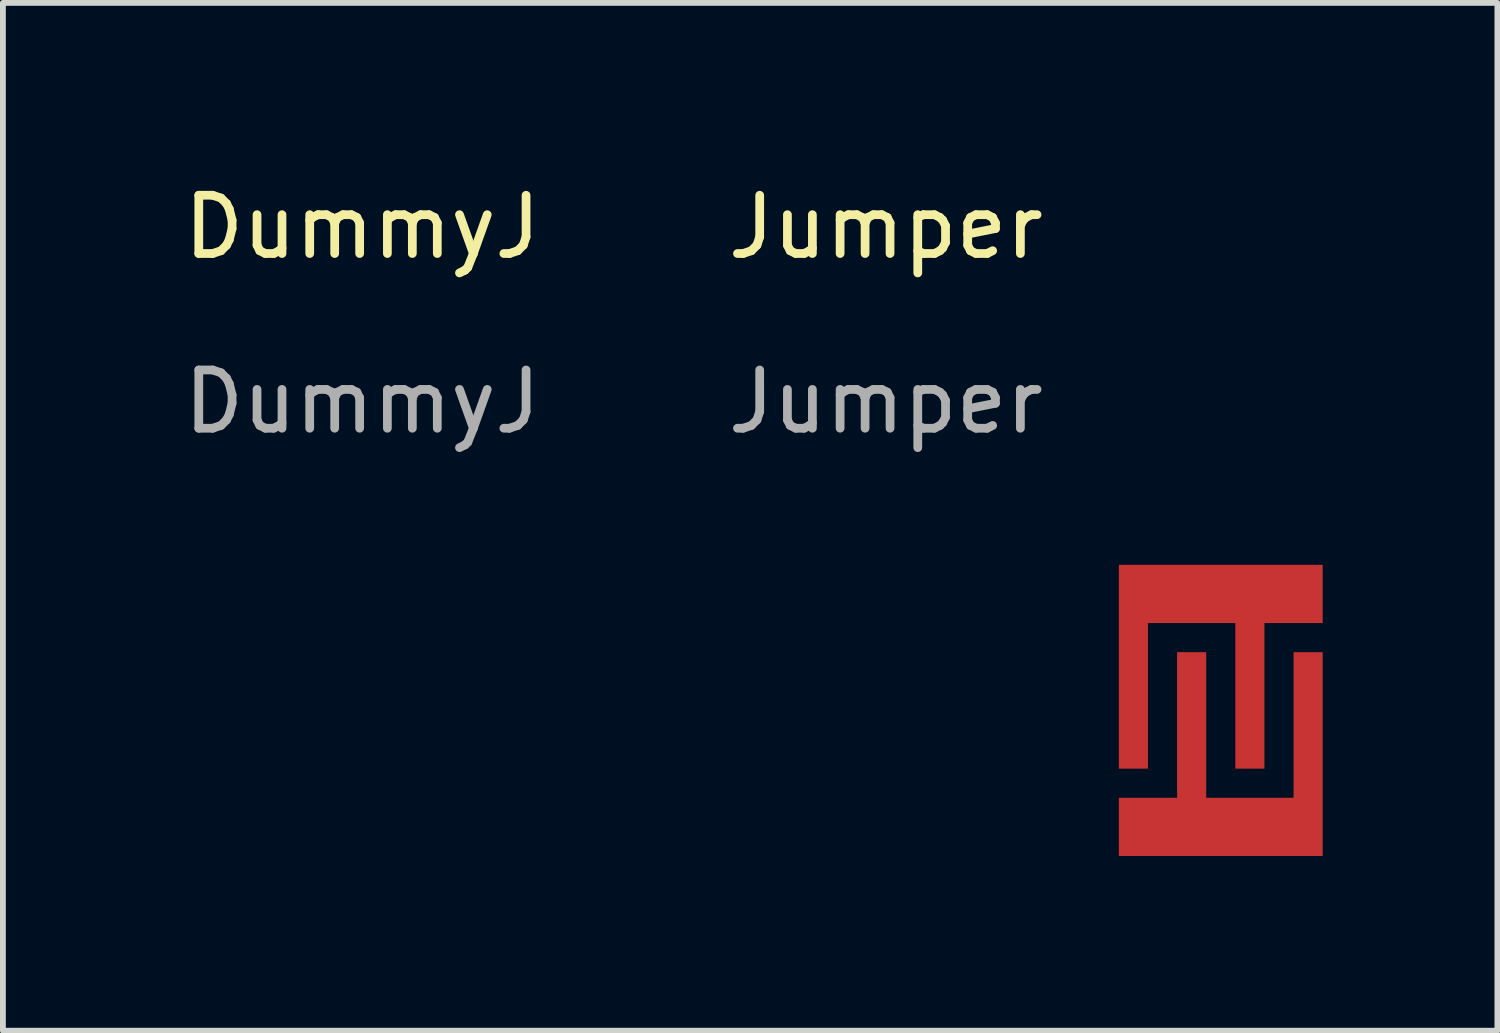
<source format=kicad_pcb>
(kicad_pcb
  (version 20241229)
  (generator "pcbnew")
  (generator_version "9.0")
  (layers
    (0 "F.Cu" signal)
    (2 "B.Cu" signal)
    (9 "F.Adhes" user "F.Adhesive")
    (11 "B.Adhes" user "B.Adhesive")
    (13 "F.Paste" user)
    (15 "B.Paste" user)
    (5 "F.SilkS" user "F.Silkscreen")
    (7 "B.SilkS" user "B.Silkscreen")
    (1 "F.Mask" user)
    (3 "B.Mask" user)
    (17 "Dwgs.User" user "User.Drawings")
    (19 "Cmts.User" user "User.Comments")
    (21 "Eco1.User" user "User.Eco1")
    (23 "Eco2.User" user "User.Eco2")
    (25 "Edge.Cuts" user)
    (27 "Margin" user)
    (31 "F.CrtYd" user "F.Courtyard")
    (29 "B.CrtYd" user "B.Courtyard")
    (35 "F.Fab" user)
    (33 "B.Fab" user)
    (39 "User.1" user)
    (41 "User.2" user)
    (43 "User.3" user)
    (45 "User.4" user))
  (footprint "DummyJ"
    (layer "F.Cu")
    (at 3.173 1.348)
    (property "Reference" "DummyJ" (at 0 -0.5 0) (unlocked yes) (layer "F.SilkS") (effects (font (size 1 1) (thickness 0.15))))
    (fp_text user "${REFERENCE}" (at 0 2.5 0) (unlocked yes) (layer "F.Fab") (effects (font (size 1 1) (thickness 0.15)))))
  (footprint "Jumper"
    (layer "F.Cu")
    (at 16.161 6.648)
    (property "Reference" "Jumper" (at -4 -5.8 0) (unlocked yes) (layer "F.SilkS") (effects (font (size 1 1) (thickness 0.15))))
    (fp_text user "${REFERENCE}" (at -4 -2.8 0) (unlocked yes) (layer "F.Fab") (effects (font (size 1 1) (thickness 0.15))))
    (pad "1" smd custom (at 1.5 0.5) (size 0.5 0.5) (layers "F.Cu" "F.Mask" "F.Paste") (options (anchor rect)) (primitives (gr_poly (pts (xy -1.5 -0.5) (xy 2 -0.5) (xy 2 0.5) (xy 1 0.5) (xy 1 3) (xy 0.5 3) (xy 0.5 0.5) (xy -1 0.5) (xy -1 3) (xy -1.5 3)) (width 0) (fill yes))))
    (pad "2" smd custom (at 2 4.5 180) (size 0.5 0.5) (layers "F.Cu" "F.Mask" "F.Paste") (options (anchor rect)) (primitives (gr_poly (pts (xy -1.5 -0.5) (xy 2 -0.5) (xy 2 0.5) (xy 1 0.5) (xy 1 3) (xy 0.5 3) (xy 0.5 0.5) (xy -1 0.5) (xy -1 3) (xy -1.5 3)) (width 0) (fill yes)))))
  (gr_rect
    (start -3 -3)
    (end 22.661 14.648)
    (stroke (width 0.1) (type default))
    (fill no)
    (layer "Edge.Cuts")))
</source>
